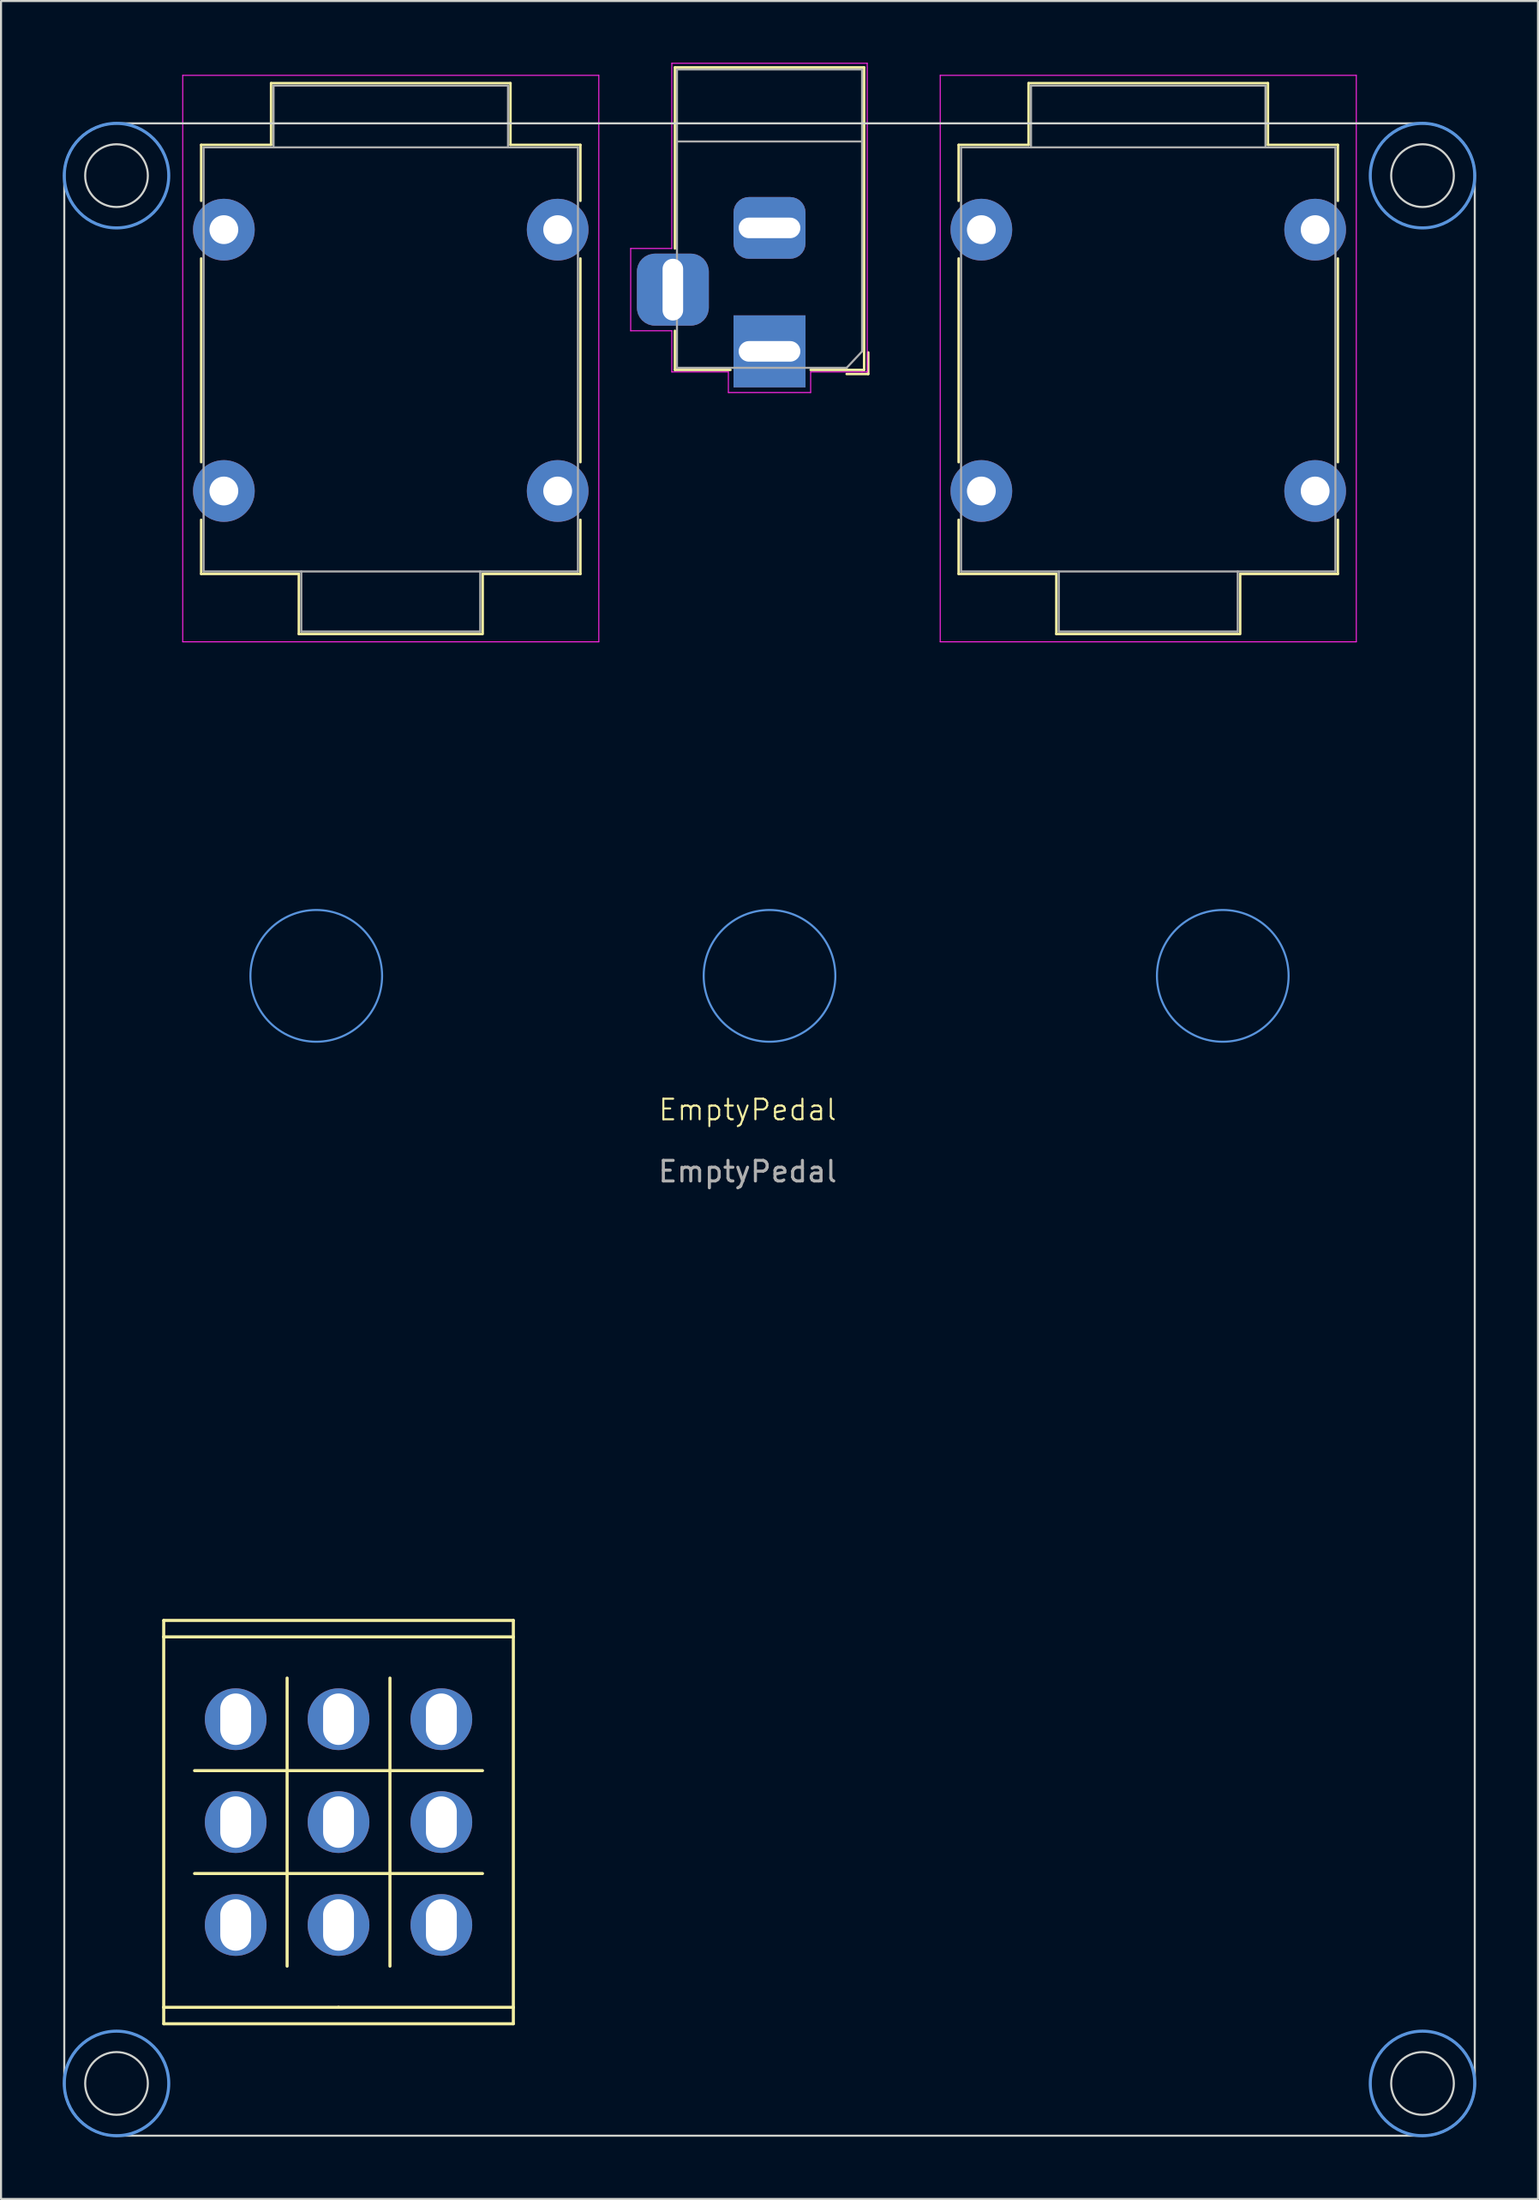
<source format=kicad_pcb>
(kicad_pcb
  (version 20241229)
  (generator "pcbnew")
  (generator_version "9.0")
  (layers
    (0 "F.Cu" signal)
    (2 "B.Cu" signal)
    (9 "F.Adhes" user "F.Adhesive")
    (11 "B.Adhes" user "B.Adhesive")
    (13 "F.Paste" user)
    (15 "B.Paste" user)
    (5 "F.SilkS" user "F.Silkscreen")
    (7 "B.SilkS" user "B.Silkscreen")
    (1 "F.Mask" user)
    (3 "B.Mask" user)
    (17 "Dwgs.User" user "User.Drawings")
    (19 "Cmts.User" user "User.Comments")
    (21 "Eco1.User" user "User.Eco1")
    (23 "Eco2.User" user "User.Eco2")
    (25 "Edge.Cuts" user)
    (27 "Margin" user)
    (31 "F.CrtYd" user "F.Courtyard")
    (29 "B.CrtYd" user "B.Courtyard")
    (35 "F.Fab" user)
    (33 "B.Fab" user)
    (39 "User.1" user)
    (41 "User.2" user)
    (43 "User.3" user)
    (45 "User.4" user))
  (footprint "EmptyPedal"
    (layer "F.Cu")
    (at 33.298 51.383)
    (property "Reference" "EmptyPedal" (at 0 -0.5 0) (unlocked yes) (layer "F.SilkS") (effects (font (size 1 1) (thickness 0.1))))
    (attr through_hole)
    (fp_line (start -28.388 24.312) (end -11.388 24.312) (stroke (width 0.15) (type solid)) (layer "F.SilkS"))
    (fp_line (start -28.388 25.112) (end -28.388 24.312) (stroke (width 0.15) (type solid)) (layer "F.SilkS"))
    (fp_line (start -28.388 25.112) (end -28.388 43.112) (stroke (width 0.15) (type solid)) (layer "F.SilkS"))
    (fp_line (start -28.388 25.112) (end -11.388 25.112) (stroke (width 0.15) (type solid)) (layer "F.SilkS"))
    (fp_line (start -28.388 43.112) (end -19.888 43.112) (stroke (width 0.15) (type solid)) (layer "F.SilkS"))
    (fp_line (start -28.388 43.912) (end -28.388 43.112) (stroke (width 0.15) (type solid)) (layer "F.SilkS"))
    (fp_line (start -28.388 43.912) (end -11.388 43.912) (stroke (width 0.15) (type solid)) (layer "F.SilkS"))
    (fp_line (start -26.888 36.612) (end -12.888 36.612) (stroke (width 0.15) (type solid)) (layer "F.SilkS"))
    (fp_line (start -26.568 -47.393) (end -26.568 -44.673) (stroke (width 0.12) (type solid)) (layer "F.SilkS"))
    (fp_line (start -26.568 -31.973) (end -26.568 -41.873) (stroke (width 0.12) (type solid)) (layer "F.SilkS"))
    (fp_line (start -26.568 -26.543) (end -26.568 -29.173) (stroke (width 0.12) (type solid)) (layer "F.SilkS"))
    (fp_line (start -23.168 -47.393) (end -26.568 -47.393) (stroke (width 0.12) (type solid)) (layer "F.SilkS"))
    (fp_line (start -23.168 -47.393) (end -23.168 -50.393) (stroke (width 0.12) (type solid)) (layer "F.SilkS"))
    (fp_line (start -22.388 41.112) (end -22.388 27.112) (stroke (width 0.15) (type solid)) (layer "F.SilkS"))
    (fp_line (start -21.818 -26.543) (end -26.568 -26.543) (stroke (width 0.12) (type solid)) (layer "F.SilkS"))
    (fp_line (start -21.818 -23.623) (end -21.818 -26.543) (stroke (width 0.12) (type solid)) (layer "F.SilkS"))
    (fp_line (start -17.388 27.112) (end -17.388 41.112) (stroke (width 0.15) (type solid)) (layer "F.SilkS"))
    (fp_line (start -12.918 -23.623) (end -21.818 -23.623) (stroke (width 0.12) (type solid)) (layer "F.SilkS"))
    (fp_line (start -12.888 31.612) (end -26.888 31.612) (stroke (width 0.15) (type solid)) (layer "F.SilkS"))
    (fp_line (start -12.878 -23.623) (end -12.878 -26.543) (stroke (width 0.12) (type solid)) (layer "F.SilkS"))
    (fp_line (start -11.528 -50.393) (end -23.168 -50.393) (stroke (width 0.12) (type solid)) (layer "F.SilkS"))
    (fp_line (start -11.528 -47.393) (end -11.528 -50.393) (stroke (width 0.12) (type solid)) (layer "F.SilkS"))
    (fp_line (start -11.388 24.312) (end -11.388 25.112) (stroke (width 0.15) (type solid)) (layer "F.SilkS"))
    (fp_line (start -11.388 25.112) (end -11.388 43.112) (stroke (width 0.15) (type solid)) (layer "F.SilkS"))
    (fp_line (start -11.388 43.112) (end -19.888 43.112) (stroke (width 0.15) (type solid)) (layer "F.SilkS"))
    (fp_line (start -11.388 43.912) (end -11.388 43.112) (stroke (width 0.15) (type solid)) (layer "F.SilkS"))
    (fp_line (start -8.128 -47.393) (end -11.528 -47.393) (stroke (width 0.12) (type solid)) (layer "F.SilkS"))
    (fp_line (start -8.128 -47.393) (end -8.128 -44.673) (stroke (width 0.12) (type solid)) (layer "F.SilkS"))
    (fp_line (start -8.128 -41.873) (end -8.128 -31.973) (stroke (width 0.12) (type solid)) (layer "F.SilkS"))
    (fp_line (start -8.128 -29.173) (end -8.128 -26.543) (stroke (width 0.12) (type solid)) (layer "F.SilkS"))
    (fp_line (start -8.128 -26.543) (end -12.878 -26.543) (stroke (width 0.12) (type solid)) (layer "F.SilkS"))
    (fp_line (start -3.533 -51.158) (end 5.667 -51.158) (stroke (width 0.12) (type solid)) (layer "F.SilkS"))
    (fp_line (start -3.533 -42.358) (end -3.533 -51.158) (stroke (width 0.12) (type solid)) (layer "F.SilkS"))
    (fp_line (start -3.533 -36.458) (end -3.533 -38.358) (stroke (width 0.12) (type solid)) (layer "F.SilkS"))
    (fp_line (start -0.833 -36.458) (end -3.533 -36.458) (stroke (width 0.12) (type solid)) (layer "F.SilkS"))
    (fp_line (start 4.817 -36.258) (end 5.867 -36.258) (stroke (width 0.12) (type solid)) (layer "F.SilkS"))
    (fp_line (start 5.667 -51.158) (end 5.667 -36.458) (stroke (width 0.12) (type solid)) (layer "F.SilkS"))
    (fp_line (start 5.667 -36.458) (end 3.067 -36.458) (stroke (width 0.12) (type solid)) (layer "F.SilkS"))
    (fp_line (start 5.867 -37.308) (end 5.867 -36.258) (stroke (width 0.12) (type solid)) (layer "F.SilkS"))
    (fp_line (start 10.262 -47.393) (end 10.262 -44.673) (stroke (width 0.12) (type solid)) (layer "F.SilkS"))
    (fp_line (start 10.262 -31.973) (end 10.262 -41.873) (stroke (width 0.12) (type solid)) (layer "F.SilkS"))
    (fp_line (start 10.262 -26.543) (end 10.262 -29.173) (stroke (width 0.12) (type solid)) (layer "F.SilkS"))
    (fp_line (start 13.662 -47.393) (end 10.262 -47.393) (stroke (width 0.12) (type solid)) (layer "F.SilkS"))
    (fp_line (start 13.662 -47.393) (end 13.662 -50.393) (stroke (width 0.12) (type solid)) (layer "F.SilkS"))
    (fp_line (start 15.012 -26.543) (end 10.262 -26.543) (stroke (width 0.12) (type solid)) (layer "F.SilkS"))
    (fp_line (start 15.012 -23.623) (end 15.012 -26.543) (stroke (width 0.12) (type solid)) (layer "F.SilkS"))
    (fp_line (start 23.912 -23.623) (end 15.012 -23.623) (stroke (width 0.12) (type solid)) (layer "F.SilkS"))
    (fp_line (start 23.952 -23.623) (end 23.952 -26.543) (stroke (width 0.12) (type solid)) (layer "F.SilkS"))
    (fp_line (start 25.302 -50.393) (end 13.662 -50.393) (stroke (width 0.12) (type solid)) (layer "F.SilkS"))
    (fp_line (start 25.302 -47.393) (end 25.302 -50.393) (stroke (width 0.12) (type solid)) (layer "F.SilkS"))
    (fp_line (start 28.702 -47.393) (end 25.302 -47.393) (stroke (width 0.12) (type solid)) (layer "F.SilkS"))
    (fp_line (start 28.702 -47.393) (end 28.702 -44.673) (stroke (width 0.12) (type solid)) (layer "F.SilkS"))
    (fp_line (start 28.702 -41.873) (end 28.702 -31.973) (stroke (width 0.12) (type solid)) (layer "F.SilkS"))
    (fp_line (start 28.702 -29.173) (end 28.702 -26.543) (stroke (width 0.12) (type solid)) (layer "F.SilkS"))
    (fp_line (start 28.702 -26.543) (end 23.952 -26.543) (stroke (width 0.12) (type solid)) (layer "F.SilkS"))
    (fp_circle (center -30.683 -45.898) (end -28.143 -45.898) (stroke (width 0.15) (type default)) (fill no) (layer "Cmts.User"))
    (fp_circle (center -30.683 46.812) (end -28.143 46.812) (stroke (width 0.15) (type default)) (fill no) (layer "Cmts.User"))
    (fp_circle (center -20.971 -7.011) (end -17.77 -7.011) (stroke (width 0.1) (type default)) (fill no) (layer "Cmts.User"))
    (fp_circle (center 1.067 -7.011) (end 4.268 -7.011) (stroke (width 0.1) (type default)) (fill no) (layer "Cmts.User"))
    (fp_circle (center 23.105 -7.011) (end 26.306 -7.011) (stroke (width 0.1) (type default)) (fill no) (layer "Cmts.User"))
    (fp_circle (center 32.817 -45.898) (end 35.357 -45.898) (stroke (width 0.15) (type default)) (fill no) (layer "Cmts.User"))
    (fp_circle (center 32.817 46.812) (end 35.357 46.812) (stroke (width 0.15) (type default)) (fill no) (layer "Cmts.User"))
    (fp_line (start -33.223 -45.898) (end -33.223 46.812) (stroke (width 0.1) (type default)) (layer "Edge.Cuts"))
    (fp_line (start -30.683 49.352) (end 32.817 49.352) (stroke (width 0.1) (type default)) (layer "Edge.Cuts"))
    (fp_line (start 32.817 -48.438) (end -30.683 -48.438) (stroke (width 0.1) (type default)) (layer "Edge.Cuts"))
    (fp_line (start 35.357 46.812) (end 35.357 -45.898) (stroke (width 0.1) (type default)) (layer "Edge.Cuts"))
    (fp_arc (start -33.2232 -45.8978) (mid -32.479251 -47.693851) (end -30.6832 -48.4378) (stroke (width 0.1) (type default)) (layer "Edge.Cuts"))
    (fp_arc (start -30.6832 49.3522) (mid -32.479251 48.608251) (end -33.2232 46.8122) (stroke (width 0.1) (type default)) (layer "Edge.Cuts"))
    (fp_arc (start 32.8168 -48.4378) (mid 34.612851 -47.693851) (end 35.3568 -45.8978) (stroke (width 0.1) (type default)) (layer "Edge.Cuts"))
    (fp_arc (start 35.3568 46.8122) (mid 34.612851 48.608251) (end 32.8168 49.3522) (stroke (width 0.1) (type default)) (layer "Edge.Cuts"))
    (fp_circle (center -30.683 -45.898) (end -29.159 -45.898) (stroke (width 0.1) (type default)) (fill no) (layer "Edge.Cuts"))
    (fp_circle (center -30.683 46.812) (end -29.159 46.812) (stroke (width 0.1) (type default)) (fill no) (layer "Edge.Cuts"))
    (fp_circle (center 32.817 -45.898) (end 34.341 -45.898) (stroke (width 0.1) (type default)) (fill no) (layer "Edge.Cuts"))
    (fp_circle (center 32.817 46.812) (end 34.341 46.812) (stroke (width 0.1) (type default)) (fill no) (layer "Edge.Cuts"))
    (fp_line (start -27.463 -50.773) (end -27.463 -23.243) (stroke (width 0.05) (type solid)) (layer "F.CrtYd"))
    (fp_line (start -7.233 -50.773) (end -27.463 -50.773) (stroke (width 0.05) (type solid)) (layer "F.CrtYd"))
    (fp_line (start -7.233 -23.243) (end -27.463 -23.243) (stroke (width 0.05) (type solid)) (layer "F.CrtYd"))
    (fp_line (start -7.233 -23.243) (end -7.233 -50.773) (stroke (width 0.05) (type solid)) (layer "F.CrtYd"))
    (fp_line (start -5.683 -42.358) (end -3.683 -42.358) (stroke (width 0.05) (type solid)) (layer "F.CrtYd"))
    (fp_line (start -5.683 -38.358) (end -5.683 -42.358) (stroke (width 0.05) (type solid)) (layer "F.CrtYd"))
    (fp_line (start -3.683 -51.358) (end 5.817 -51.358) (stroke (width 0.05) (type solid)) (layer "F.CrtYd"))
    (fp_line (start -3.683 -42.358) (end -3.683 -51.358) (stroke (width 0.05) (type solid)) (layer "F.CrtYd"))
    (fp_line (start -3.683 -38.358) (end -5.683 -38.358) (stroke (width 0.05) (type solid)) (layer "F.CrtYd"))
    (fp_line (start -3.683 -36.358) (end -3.683 -38.358) (stroke (width 0.05) (type solid)) (layer "F.CrtYd"))
    (fp_line (start -0.933 -36.358) (end -3.683 -36.358) (stroke (width 0.05) (type solid)) (layer "F.CrtYd"))
    (fp_line (start -0.933 -35.358) (end -0.933 -36.358) (stroke (width 0.05) (type solid)) (layer "F.CrtYd"))
    (fp_line (start 3.067 -36.358) (end 3.067 -35.358) (stroke (width 0.05) (type solid)) (layer "F.CrtYd"))
    (fp_line (start 3.067 -35.358) (end -0.933 -35.358) (stroke (width 0.05) (type solid)) (layer "F.CrtYd"))
    (fp_line (start 5.567 -36.358) (end 3.067 -36.358) (stroke (width 0.05) (type solid)) (layer "F.CrtYd"))
    (fp_line (start 5.567 -36.358) (end 5.817 -36.358) (stroke (width 0.05) (type solid)) (layer "F.CrtYd"))
    (fp_line (start 5.817 -36.358) (end 5.817 -51.358) (stroke (width 0.05) (type solid)) (layer "F.CrtYd"))
    (fp_line (start 9.367 -50.773) (end 9.367 -23.243) (stroke (width 0.05) (type solid)) (layer "F.CrtYd"))
    (fp_line (start 29.597 -50.773) (end 9.367 -50.773) (stroke (width 0.05) (type solid)) (layer "F.CrtYd"))
    (fp_line (start 29.597 -23.243) (end 9.367 -23.243) (stroke (width 0.05) (type solid)) (layer "F.CrtYd"))
    (fp_line (start 29.597 -23.243) (end 29.597 -50.773) (stroke (width 0.05) (type solid)) (layer "F.CrtYd"))
    (fp_line (start -26.448 -47.273) (end -26.448 -26.663) (stroke (width 0.1) (type solid)) (layer "F.Fab"))
    (fp_line (start -23.048 -50.273) (end -23.048 -47.273) (stroke (width 0.1) (type solid)) (layer "F.Fab"))
    (fp_line (start -21.698 -23.743) (end -21.698 -26.663) (stroke (width 0.1) (type solid)) (layer "F.Fab"))
    (fp_line (start -12.998 -23.743) (end -21.698 -23.743) (stroke (width 0.1) (type solid)) (layer "F.Fab"))
    (fp_line (start -12.998 -23.743) (end -12.998 -26.663) (stroke (width 0.1) (type solid)) (layer "F.Fab"))
    (fp_line (start -11.648 -50.273) (end -23.048 -50.273) (stroke (width 0.1) (type solid)) (layer "F.Fab"))
    (fp_line (start -11.648 -50.273) (end -11.648 -47.273) (stroke (width 0.1) (type solid)) (layer "F.Fab"))
    (fp_line (start -8.248 -47.273) (end -26.448 -47.273) (stroke (width 0.1) (type solid)) (layer "F.Fab"))
    (fp_line (start -8.248 -47.273) (end -8.248 -26.663) (stroke (width 0.1) (type solid)) (layer "F.Fab"))
    (fp_line (start -8.248 -26.663) (end -26.448 -26.663) (stroke (width 0.1) (type solid)) (layer "F.Fab"))
    (fp_line (start -3.433 -51.058) (end -3.433 -36.558) (stroke (width 0.1) (type solid)) (layer "F.Fab"))
    (fp_line (start -3.433 -36.558) (end 4.817 -36.558) (stroke (width 0.1) (type solid)) (layer "F.Fab"))
    (fp_line (start 5.567 -51.058) (end -3.433 -51.058) (stroke (width 0.1) (type solid)) (layer "F.Fab"))
    (fp_line (start 5.567 -47.558) (end -3.433 -47.558) (stroke (width 0.1) (type solid)) (layer "F.Fab"))
    (fp_line (start 5.567 -37.358) (end 5.567 -51.058) (stroke (width 0.1) (type solid)) (layer "F.Fab"))
    (fp_line (start 5.572 -37.361) (end 4.817 -36.558) (stroke (width 0.1) (type solid)) (layer "F.Fab"))
    (fp_line (start 10.382 -47.273) (end 10.382 -26.663) (stroke (width 0.1) (type solid)) (layer "F.Fab"))
    (fp_line (start 13.782 -50.273) (end 13.782 -47.273) (stroke (width 0.1) (type solid)) (layer "F.Fab"))
    (fp_line (start 15.132 -23.743) (end 15.132 -26.663) (stroke (width 0.1) (type solid)) (layer "F.Fab"))
    (fp_line (start 23.832 -23.743) (end 15.132 -23.743) (stroke (width 0.1) (type solid)) (layer "F.Fab"))
    (fp_line (start 23.832 -23.743) (end 23.832 -26.663) (stroke (width 0.1) (type solid)) (layer "F.Fab"))
    (fp_line (start 25.182 -50.273) (end 13.782 -50.273) (stroke (width 0.1) (type solid)) (layer "F.Fab"))
    (fp_line (start 25.182 -50.273) (end 25.182 -47.273) (stroke (width 0.1) (type solid)) (layer "F.Fab"))
    (fp_line (start 28.582 -47.273) (end 10.382 -47.273) (stroke (width 0.1) (type solid)) (layer "F.Fab"))
    (fp_line (start 28.582 -47.273) (end 28.582 -26.663) (stroke (width 0.1) (type solid)) (layer "F.Fab"))
    (fp_line (start 28.582 -26.663) (end 10.382 -26.663) (stroke (width 0.1) (type solid)) (layer "F.Fab"))
    (fp_text user "${REFERENCE}" (at 0 2.5 0) (unlocked yes) (layer "F.Fab") (effects (font (size 1 1) (thickness 0.15))))
    (pad "1" thru_hole circle (at 11.367 -30.573 90) (size 3 3) (drill 1.4) (layers "*.Cu" "*.Mask"))
    (pad "2" thru_hole circle (at -25.463 -30.573 90) (size 3 3) (drill 1.4) (layers "*.Cu" "*.Mask"))
    (pad "3" thru_hole circle (at -25.463 -43.273 90) (size 3 3) (drill 1.4) (layers "*.Cu" "*.Mask"))
    (pad "3" thru_hole rect (at 1.067 -37.358 270) (size 3.5 3.5) (drill oval 1 3) (layers "*.Cu" "*.Mask"))
    (pad "3" thru_hole circle (at 11.367 -43.273 90) (size 3 3) (drill 1.4) (layers "*.Cu" "*.Mask"))
    (pad "4" thru_hole oval (at -14.888 29.112 270) (size 3 3) (drill oval 2.5 1.5) (layers "*.Cu" "*.Mask"))
    (pad "5" thru_hole oval (at -19.888 29.112 270) (size 3 3) (drill oval 2.5 1.5) (layers "*.Cu" "*.Mask"))
    (pad "6" thru_hole oval (at -24.888 29.112 270) (size 3 3) (drill oval 2.5 1.5) (layers "*.Cu" "*.Mask"))
    (pad "7" thru_hole oval (at -14.888 34.112 270) (size 3 3) (drill oval 2.5 1.5) (layers "*.Cu" "*.Mask"))
    (pad "8" thru_hole oval (at -19.888 34.112 270) (size 3 3) (drill oval 2.5 1.5) (layers "*.Cu" "*.Mask"))
    (pad "9" thru_hole oval (at -24.888 34.112 270) (size 3 3) (drill oval 2.5 1.5) (layers "*.Cu" "*.Mask"))
    (pad "10" thru_hole oval (at -14.888 39.112 270) (size 3 3) (drill oval 2.5 1.5) (layers "*.Cu" "*.Mask"))
    (pad "11" thru_hole oval (at -19.888 39.112 270) (size 3 3) (drill oval 2.5 1.5) (layers "*.Cu" "*.Mask"))
    (pad "12" thru_hole oval (at -24.888 39.112 270) (size 3 3) (drill oval 2.5 1.5) (layers "*.Cu" "*.Mask"))
    (pad "13" thru_hole roundrect (at 1.067 -43.358 270) (size 3 3.5) (drill oval 1 3) (layers "*.Cu" "*.Mask") (roundrect_rratio 0.25))
    (pad "NC" thru_hole circle (at -9.233 -30.573 90) (size 3 3) (drill 1.4) (layers "*.Cu" "*.Mask"))
    (pad "NC" thru_hole roundrect (at -3.633 -40.358 270) (size 3.5 3.5) (drill oval 3 1) (layers "*.Cu" "*.Mask") (roundrect_rratio 0.25))
    (pad "NC" thru_hole circle (at 27.597 -30.573 90) (size 3 3) (drill 1.4) (layers "*.Cu" "*.Mask"))
    (pad "NC_GND" thru_hole circle (at -9.233 -43.273 90) (size 3 3) (drill 1.4) (layers "*.Cu" "*.Mask"))
    (pad "NC_GND" thru_hole circle (at 27.597 -43.273 90) (size 3 3) (drill 1.4) (layers "*.Cu" "*.Mask")))
  (gr_rect
    (start -3 -3)
    (end 71.73 103.81)
    (stroke (width 0.1) (type default))
    (fill no)
    (layer "Edge.Cuts")))
</source>
